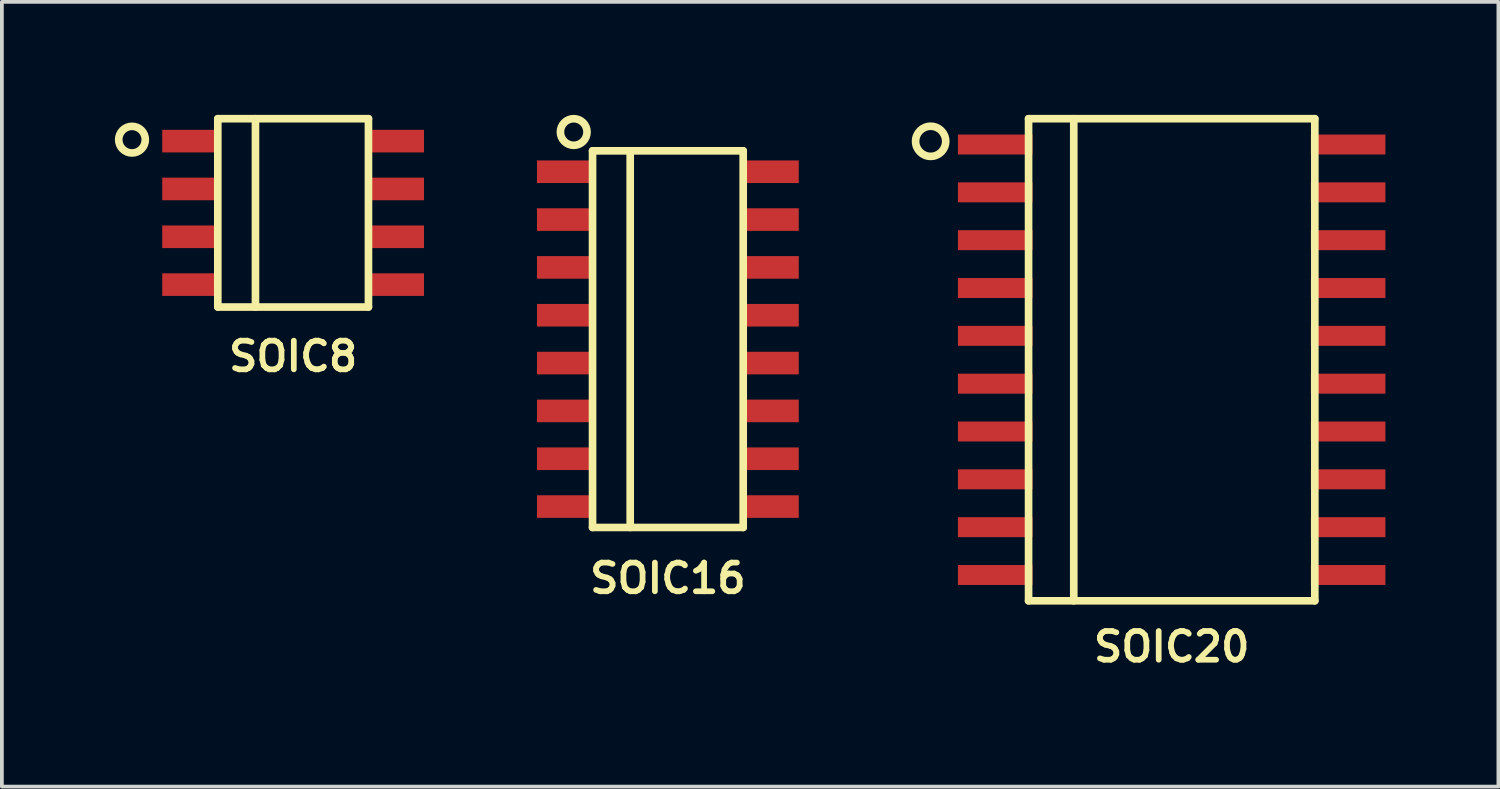
<source format=kicad_pcb>
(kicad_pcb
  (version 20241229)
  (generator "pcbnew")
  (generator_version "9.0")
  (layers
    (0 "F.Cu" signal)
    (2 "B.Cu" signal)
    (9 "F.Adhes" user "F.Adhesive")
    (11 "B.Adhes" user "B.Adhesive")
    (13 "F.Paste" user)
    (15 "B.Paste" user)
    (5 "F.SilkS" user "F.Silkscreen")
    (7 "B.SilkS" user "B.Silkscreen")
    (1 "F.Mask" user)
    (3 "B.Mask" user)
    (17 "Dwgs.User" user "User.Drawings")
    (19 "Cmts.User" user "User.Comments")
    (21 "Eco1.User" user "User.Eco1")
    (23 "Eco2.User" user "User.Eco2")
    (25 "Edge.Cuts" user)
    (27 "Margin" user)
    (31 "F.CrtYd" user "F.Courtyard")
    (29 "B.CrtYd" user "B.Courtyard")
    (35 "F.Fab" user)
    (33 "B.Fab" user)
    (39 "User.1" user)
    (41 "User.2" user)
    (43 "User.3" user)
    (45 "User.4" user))
  (footprint "SOIC8"
    (layer "F.Cu")
    (at 4.733 2.602)
    (property "Reference" "SOIC8" (at 0 3.81 0) (layer "F.SilkS") (effects (font (size 0.762 0.762) (thickness 0.152))))
    (attr smd)
    (fp_line (start -2 -2.5) (end -2 2.5) (stroke (width 0.203) (type solid)) (layer "F.SilkS"))
    (fp_line (start -2 2.5) (end 2 2.5) (stroke (width 0.203) (type solid)) (layer "F.SilkS"))
    (fp_line (start -1 -2.5) (end -1 2.5) (stroke (width 0.203) (type solid)) (layer "F.SilkS"))
    (fp_line (start 2 -2.5) (end -2 -2.5) (stroke (width 0.203) (type solid)) (layer "F.SilkS"))
    (fp_line (start 2 2.5) (end 2 -2.5) (stroke (width 0.203) (type solid)) (layer "F.SilkS"))
    (fp_circle (center -4.278 -1.944) (end -4.028 -1.694) (stroke (width 0.203) (type solid)) (fill no) (layer "F.SilkS"))
    (pad "1" smd rect (at -2.7 -1.905) (size 1.55 0.6) (layers "F.Cu" "F.Mask" "F.Paste"))
    (pad "2" smd rect (at -2.7 -0.635) (size 1.55 0.6) (layers "F.Cu" "F.Mask" "F.Paste"))
    (pad "3" smd rect (at -2.7 0.635) (size 1.55 0.6) (layers "F.Cu" "F.Mask" "F.Paste"))
    (pad "4" smd rect (at -2.7 1.905) (size 1.55 0.6) (layers "F.Cu" "F.Mask" "F.Paste"))
    (pad "5" smd rect (at 2.7 1.905) (size 1.55 0.6) (layers "F.Cu" "F.Mask" "F.Paste"))
    (pad "6" smd rect (at 2.7 0.635) (size 1.55 0.6) (layers "F.Cu" "F.Mask" "F.Paste"))
    (pad "7" smd rect (at 2.7 -0.635) (size 1.55 0.6) (layers "F.Cu" "F.Mask" "F.Paste"))
    (pad "8" smd rect (at 2.7 -1.905) (size 1.55 0.6) (layers "F.Cu" "F.Mask" "F.Paste")))
  (footprint "SOIC20"
    (layer "F.Cu")
    (at 28.06 6.502)
    (property "Reference" "SOIC20" (at 0 7.62 0) (layer "F.SilkS") (effects (font (size 0.762 0.762) (thickness 0.152))))
    (attr smd)
    (fp_line (start -3.8 -6.4) (end -3.8 6.4) (stroke (width 0.203) (type solid)) (layer "F.SilkS"))
    (fp_line (start -3.8 6.4) (end 3.8 6.4) (stroke (width 0.203) (type solid)) (layer "F.SilkS"))
    (fp_line (start -2.6 -6.4) (end -2.6 6.4) (stroke (width 0.203) (type solid)) (layer "F.SilkS"))
    (fp_line (start 3.8 -6.4) (end -3.8 -6.4) (stroke (width 0.203) (type solid)) (layer "F.SilkS"))
    (fp_line (start 3.8 6.4) (end 3.8 -6.4) (stroke (width 0.203) (type solid)) (layer "F.SilkS"))
    (fp_circle (center -6.4 -5.8) (end -6 -5.8) (stroke (width 0.203) (type solid)) (fill no) (layer "F.SilkS"))
    (pad "1" smd rect (at -4.685 -5.715) (size 1.98 0.53) (layers "F.Cu" "F.Mask" "F.Paste"))
    (pad "2" smd rect (at -4.685 -4.445) (size 1.98 0.53) (layers "F.Cu" "F.Mask" "F.Paste"))
    (pad "3" smd rect (at -4.685 -3.175) (size 1.98 0.53) (layers "F.Cu" "F.Mask" "F.Paste"))
    (pad "4" smd rect (at -4.685 -1.905) (size 1.98 0.53) (layers "F.Cu" "F.Mask" "F.Paste"))
    (pad "5" smd rect (at -4.685 -0.635) (size 1.98 0.53) (layers "F.Cu" "F.Mask" "F.Paste"))
    (pad "6" smd rect (at -4.685 0.635) (size 1.98 0.53) (layers "F.Cu" "F.Mask" "F.Paste"))
    (pad "7" smd rect (at -4.685 1.905) (size 1.98 0.53) (layers "F.Cu" "F.Mask" "F.Paste"))
    (pad "8" smd rect (at -4.685 3.175) (size 1.98 0.53) (layers "F.Cu" "F.Mask" "F.Paste"))
    (pad "9" smd rect (at -4.685 4.445) (size 1.98 0.53) (layers "F.Cu" "F.Mask" "F.Paste"))
    (pad "10" smd rect (at -4.685 5.715) (size 1.98 0.53) (layers "F.Cu" "F.Mask" "F.Paste"))
    (pad "11" smd rect (at 4.685 5.715) (size 1.98 0.53) (layers "F.Cu" "F.Mask" "F.Paste"))
    (pad "12" smd rect (at 4.685 4.445) (size 1.98 0.53) (layers "F.Cu" "F.Mask" "F.Paste"))
    (pad "13" smd rect (at 4.685 3.175) (size 1.98 0.53) (layers "F.Cu" "F.Mask" "F.Paste"))
    (pad "14" smd rect (at 4.685 1.905) (size 1.98 0.53) (layers "F.Cu" "F.Mask" "F.Paste"))
    (pad "15" smd rect (at 4.685 0.635) (size 1.98 0.53) (layers "F.Cu" "F.Mask" "F.Paste"))
    (pad "16" smd rect (at 4.685 -0.635) (size 1.98 0.53) (layers "F.Cu" "F.Mask" "F.Paste"))
    (pad "17" smd rect (at 4.685 -1.905) (size 1.98 0.53) (layers "F.Cu" "F.Mask" "F.Paste"))
    (pad "18" smd rect (at 4.685 -3.175) (size 1.98 0.53) (layers "F.Cu" "F.Mask" "F.Paste"))
    (pad "19" smd rect (at 4.685 -4.445) (size 1.98 0.53) (layers "F.Cu" "F.Mask" "F.Paste"))
    (pad "20" smd rect (at 4.685 -5.715) (size 1.98 0.53) (layers "F.Cu" "F.Mask" "F.Paste")))
  (footprint "SOIC16"
    (layer "F.Cu")
    (at 14.683 5.955)
    (property "Reference" "SOIC16" (at 0 6.35 0) (layer "F.SilkS") (effects (font (size 0.762 0.762) (thickness 0.152))))
    (attr smd)
    (fp_line (start -2 -5) (end -2 5) (stroke (width 0.203) (type solid)) (layer "F.SilkS"))
    (fp_line (start -2 5) (end 2 5) (stroke (width 0.203) (type solid)) (layer "F.SilkS"))
    (fp_line (start -1 -5) (end -1 5) (stroke (width 0.203) (type solid)) (layer "F.SilkS"))
    (fp_line (start 2 -5) (end -2 -5) (stroke (width 0.203) (type solid)) (layer "F.SilkS"))
    (fp_line (start 2 5) (end 2 -5) (stroke (width 0.203) (type solid)) (layer "F.SilkS"))
    (fp_circle (center -2.5 -5.5) (end -2.25 -5.25) (stroke (width 0.203) (type solid)) (fill no) (layer "F.SilkS"))
    (pad "1" smd rect (at -2.7 -4.445) (size 1.55 0.6) (layers "F.Cu" "F.Mask" "F.Paste"))
    (pad "2" smd rect (at -2.7 -3.175) (size 1.55 0.6) (layers "F.Cu" "F.Mask" "F.Paste"))
    (pad "3" smd rect (at -2.7 -1.905) (size 1.55 0.6) (layers "F.Cu" "F.Mask" "F.Paste"))
    (pad "4" smd rect (at -2.7 -0.635) (size 1.55 0.6) (layers "F.Cu" "F.Mask" "F.Paste"))
    (pad "5" smd rect (at -2.7 0.635) (size 1.55 0.6) (layers "F.Cu" "F.Mask" "F.Paste"))
    (pad "6" smd rect (at -2.7 1.905) (size 1.55 0.6) (layers "F.Cu" "F.Mask" "F.Paste"))
    (pad "7" smd rect (at -2.7 3.175) (size 1.55 0.6) (layers "F.Cu" "F.Mask" "F.Paste"))
    (pad "8" smd rect (at -2.7 4.445) (size 1.55 0.6) (layers "F.Cu" "F.Mask" "F.Paste"))
    (pad "9" smd rect (at 2.7 4.445) (size 1.55 0.6) (layers "F.Cu" "F.Mask" "F.Paste"))
    (pad "10" smd rect (at 2.7 3.175) (size 1.55 0.6) (layers "F.Cu" "F.Mask" "F.Paste"))
    (pad "11" smd rect (at 2.7 1.905) (size 1.55 0.6) (layers "F.Cu" "F.Mask" "F.Paste"))
    (pad "12" smd rect (at 2.7 0.635) (size 1.55 0.6) (layers "F.Cu" "F.Mask" "F.Paste"))
    (pad "13" smd rect (at 2.7 -0.635) (size 1.55 0.6) (layers "F.Cu" "F.Mask" "F.Paste"))
    (pad "14" smd rect (at 2.7 -1.905) (size 1.55 0.6) (layers "F.Cu" "F.Mask" "F.Paste"))
    (pad "15" smd rect (at 2.7 -3.175) (size 1.55 0.6) (layers "F.Cu" "F.Mask" "F.Paste"))
    (pad "16" smd rect (at 2.7 -4.445) (size 1.55 0.6) (layers "F.Cu" "F.Mask" "F.Paste")))
  (gr_rect
    (start -3 -3)
    (end 36.735 17.835)
    (stroke (width 0.1) (type default))
    (fill no)
    (layer "Edge.Cuts")))
</source>
